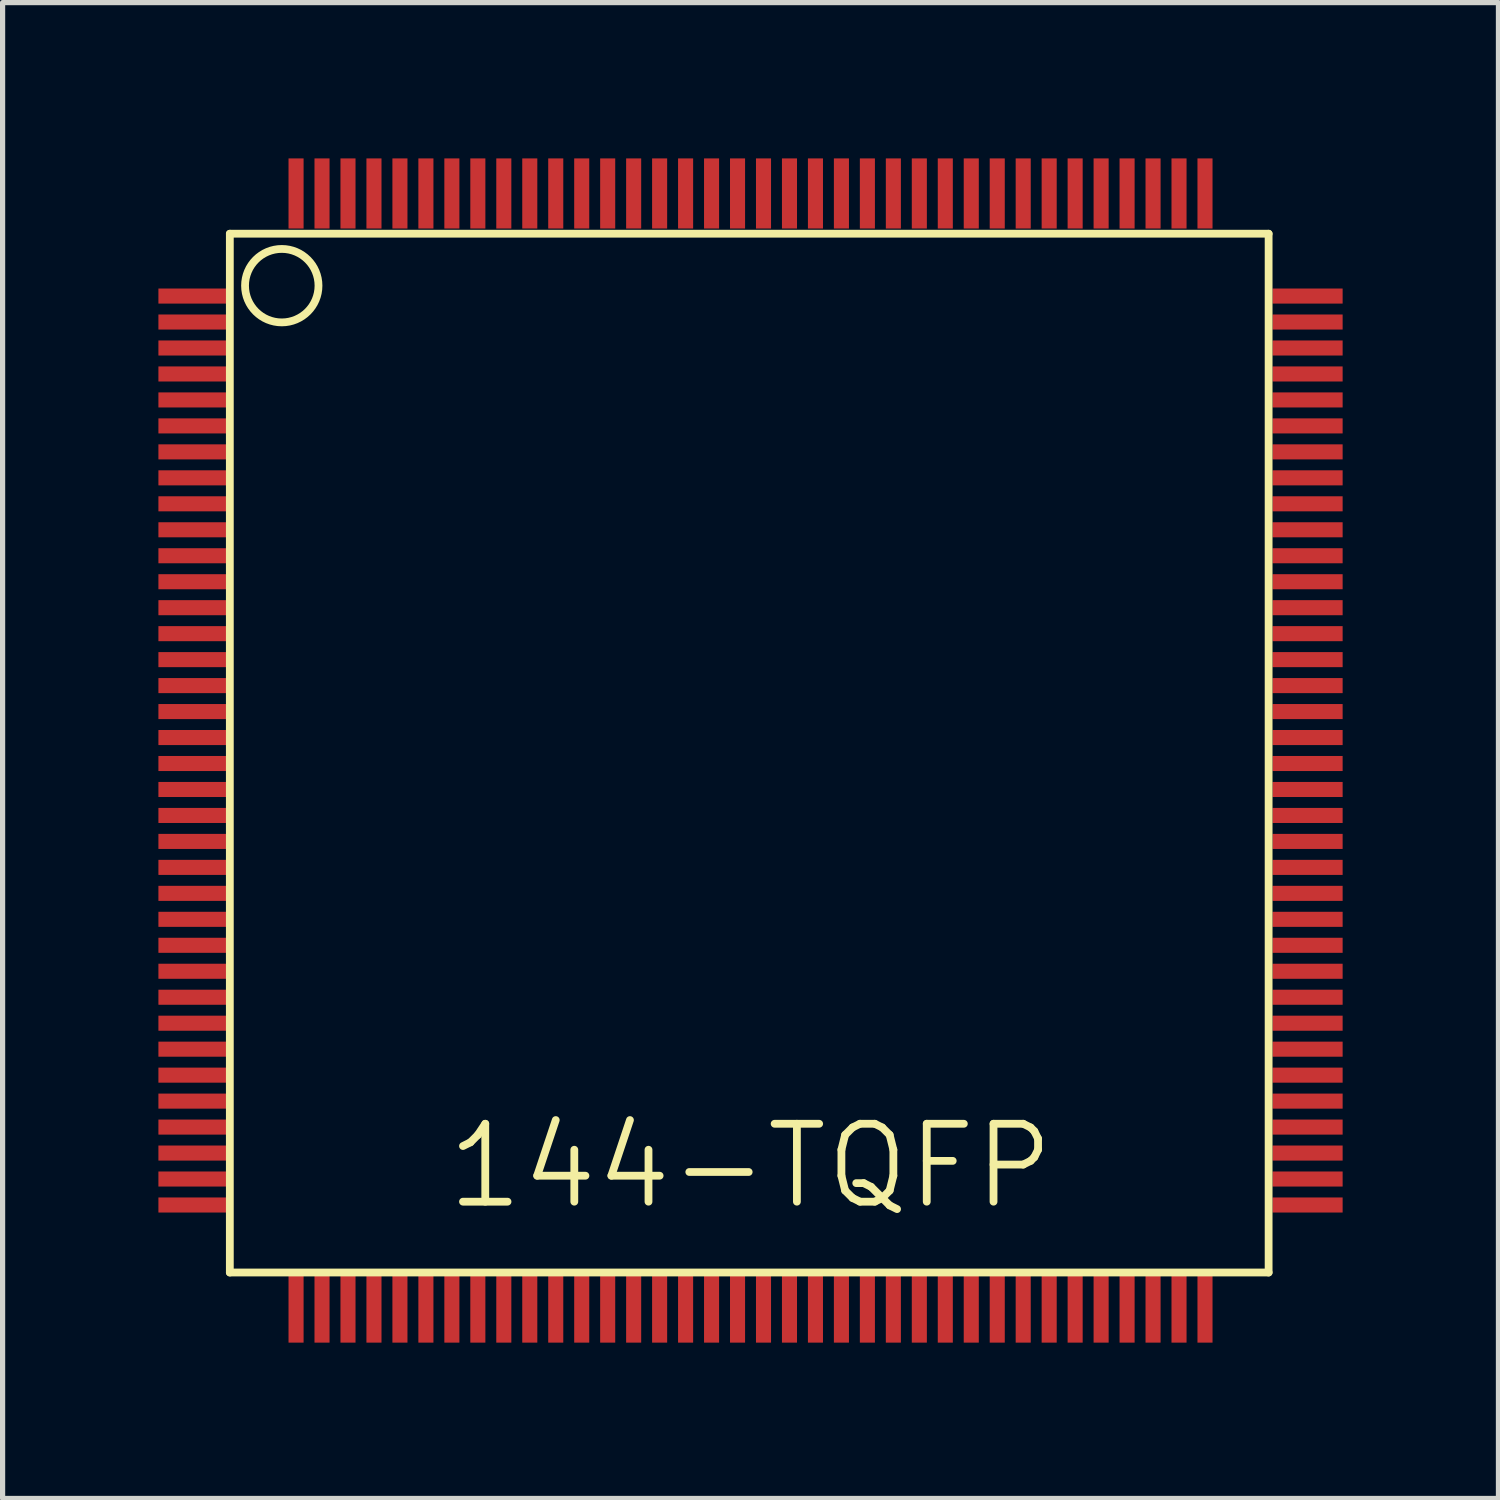
<source format=kicad_pcb>
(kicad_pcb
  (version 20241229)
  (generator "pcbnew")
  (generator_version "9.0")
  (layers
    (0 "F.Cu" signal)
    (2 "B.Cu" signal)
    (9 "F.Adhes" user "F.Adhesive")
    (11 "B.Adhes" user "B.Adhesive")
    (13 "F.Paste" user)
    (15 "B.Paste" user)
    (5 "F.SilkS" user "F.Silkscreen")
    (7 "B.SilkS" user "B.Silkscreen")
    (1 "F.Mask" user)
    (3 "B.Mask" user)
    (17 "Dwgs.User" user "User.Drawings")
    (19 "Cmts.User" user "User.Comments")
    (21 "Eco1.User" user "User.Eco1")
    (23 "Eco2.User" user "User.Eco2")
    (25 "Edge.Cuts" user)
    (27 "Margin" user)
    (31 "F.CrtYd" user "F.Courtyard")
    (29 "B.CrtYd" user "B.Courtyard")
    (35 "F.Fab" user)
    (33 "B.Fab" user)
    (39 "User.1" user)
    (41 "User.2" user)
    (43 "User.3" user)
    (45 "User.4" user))
  (footprint "144-TQFP"
    (layer "F.Cu")
    (at 11.4 11.4)
    (property "Reference" "144-TQFP" (at 0 8 0) (layer "F.SilkS") (effects (font (size 1.5 1.5) (thickness 0.15))))
    (attr through_hole)
    (fp_line (start -10.025 -9.95) (end 9.975 -9.95) (stroke (width 0.15) (type solid)) (layer "F.SilkS"))
    (fp_line (start -10.025 10.05) (end -10.025 -9.95) (stroke (width 0.15) (type solid)) (layer "F.SilkS"))
    (fp_line (start 9.975 -9.95) (end 9.975 10.05) (stroke (width 0.15) (type solid)) (layer "F.SilkS"))
    (fp_line (start 9.975 10.05) (end -10.025 10.05) (stroke (width 0.15) (type solid)) (layer "F.SilkS"))
    (fp_circle (center -9.025 -8.95) (end -8.525 -8.45) (stroke (width 0.15) (type solid)) (fill no) (layer "F.SilkS"))
    (pad "1" smd rect (at -10.725 -8.75) (size 1.35 0.29) (layers "F.Cu" "F.Mask" "F.Paste"))
    (pad "2" smd rect (at -10.725 -8.25) (size 1.35 0.29) (layers "F.Cu" "F.Mask" "F.Paste"))
    (pad "3" smd rect (at -10.725 -7.75) (size 1.35 0.29) (layers "F.Cu" "F.Mask" "F.Paste"))
    (pad "4" smd rect (at -10.725 -7.25) (size 1.35 0.29) (layers "F.Cu" "F.Mask" "F.Paste"))
    (pad "5" smd rect (at -10.725 -6.75) (size 1.35 0.29) (layers "F.Cu" "F.Mask" "F.Paste"))
    (pad "6" smd rect (at -10.725 -6.25) (size 1.35 0.29) (layers "F.Cu" "F.Mask" "F.Paste"))
    (pad "7" smd rect (at -10.725 -5.75) (size 1.35 0.29) (layers "F.Cu" "F.Mask" "F.Paste"))
    (pad "8" smd rect (at -10.725 -5.25) (size 1.35 0.29) (layers "F.Cu" "F.Mask" "F.Paste"))
    (pad "9" smd rect (at -10.725 -4.75) (size 1.35 0.29) (layers "F.Cu" "F.Mask" "F.Paste"))
    (pad "10" smd rect (at -10.725 -4.25) (size 1.35 0.29) (layers "F.Cu" "F.Mask" "F.Paste"))
    (pad "11" smd rect (at -10.725 -3.75) (size 1.35 0.29) (layers "F.Cu" "F.Mask" "F.Paste"))
    (pad "12" smd rect (at -10.725 -3.25) (size 1.35 0.29) (layers "F.Cu" "F.Mask" "F.Paste"))
    (pad "13" smd rect (at -10.725 -2.75) (size 1.35 0.29) (layers "F.Cu" "F.Mask" "F.Paste"))
    (pad "14" smd rect (at -10.725 -2.25) (size 1.35 0.29) (layers "F.Cu" "F.Mask" "F.Paste"))
    (pad "15" smd rect (at -10.725 -1.75) (size 1.35 0.29) (layers "F.Cu" "F.Mask" "F.Paste"))
    (pad "16" smd rect (at -10.725 -1.25) (size 1.35 0.29) (layers "F.Cu" "F.Mask" "F.Paste"))
    (pad "17" smd rect (at -10.725 -0.75) (size 1.35 0.29) (layers "F.Cu" "F.Mask" "F.Paste"))
    (pad "18" smd rect (at -10.725 -0.25) (size 1.35 0.29) (layers "F.Cu" "F.Mask" "F.Paste"))
    (pad "19" smd rect (at -10.725 0.25) (size 1.35 0.29) (layers "F.Cu" "F.Mask" "F.Paste"))
    (pad "20" smd rect (at -10.725 0.75) (size 1.35 0.29) (layers "F.Cu" "F.Mask" "F.Paste"))
    (pad "21" smd rect (at -10.725 1.25) (size 1.35 0.29) (layers "F.Cu" "F.Mask" "F.Paste"))
    (pad "22" smd rect (at -10.725 1.75) (size 1.35 0.29) (layers "F.Cu" "F.Mask" "F.Paste"))
    (pad "23" smd rect (at -10.725 2.25) (size 1.35 0.29) (layers "F.Cu" "F.Mask" "F.Paste"))
    (pad "24" smd rect (at -10.725 2.75) (size 1.35 0.29) (layers "F.Cu" "F.Mask" "F.Paste"))
    (pad "25" smd rect (at -10.725 3.25) (size 1.35 0.29) (layers "F.Cu" "F.Mask" "F.Paste"))
    (pad "26" smd rect (at -10.725 3.75) (size 1.35 0.29) (layers "F.Cu" "F.Mask" "F.Paste"))
    (pad "27" smd rect (at -10.725 4.25) (size 1.35 0.29) (layers "F.Cu" "F.Mask" "F.Paste"))
    (pad "28" smd rect (at -10.725 4.75) (size 1.35 0.29) (layers "F.Cu" "F.Mask" "F.Paste"))
    (pad "29" smd rect (at -10.725 5.25) (size 1.35 0.29) (layers "F.Cu" "F.Mask" "F.Paste"))
    (pad "30" smd rect (at -10.725 5.75) (size 1.35 0.29) (layers "F.Cu" "F.Mask" "F.Paste"))
    (pad "31" smd rect (at -10.725 6.25) (size 1.35 0.29) (layers "F.Cu" "F.Mask" "F.Paste"))
    (pad "32" smd rect (at -10.725 6.75) (size 1.35 0.29) (layers "F.Cu" "F.Mask" "F.Paste"))
    (pad "33" smd rect (at -10.725 7.25) (size 1.35 0.29) (layers "F.Cu" "F.Mask" "F.Paste"))
    (pad "34" smd rect (at -10.725 7.75) (size 1.35 0.29) (layers "F.Cu" "F.Mask" "F.Paste"))
    (pad "35" smd rect (at -10.725 8.25) (size 1.35 0.29) (layers "F.Cu" "F.Mask" "F.Paste"))
    (pad "36" smd rect (at -10.725 8.75) (size 1.35 0.29) (layers "F.Cu" "F.Mask" "F.Paste"))
    (pad "37" smd rect (at -8.75 10.725) (size 0.29 1.35) (layers "F.Cu" "F.Mask" "F.Paste"))
    (pad "38" smd rect (at -8.25 10.725) (size 0.29 1.35) (layers "F.Cu" "F.Mask" "F.Paste"))
    (pad "39" smd rect (at -7.75 10.725) (size 0.29 1.35) (layers "F.Cu" "F.Mask" "F.Paste"))
    (pad "40" smd rect (at -7.25 10.725) (size 0.29 1.35) (layers "F.Cu" "F.Mask" "F.Paste"))
    (pad "41" smd rect (at -6.75 10.725) (size 0.29 1.35) (layers "F.Cu" "F.Mask" "F.Paste"))
    (pad "42" smd rect (at -6.25 10.725) (size 0.29 1.35) (layers "F.Cu" "F.Mask" "F.Paste"))
    (pad "43" smd rect (at -5.75 10.725) (size 0.29 1.35) (layers "F.Cu" "F.Mask" "F.Paste"))
    (pad "44" smd rect (at -5.25 10.725) (size 0.29 1.35) (layers "F.Cu" "F.Mask" "F.Paste"))
    (pad "45" smd rect (at -4.75 10.725) (size 0.29 1.35) (layers "F.Cu" "F.Mask" "F.Paste"))
    (pad "46" smd rect (at -4.25 10.725) (size 0.29 1.35) (layers "F.Cu" "F.Mask" "F.Paste"))
    (pad "47" smd rect (at -3.75 10.725) (size 0.29 1.35) (layers "F.Cu" "F.Mask" "F.Paste"))
    (pad "48" smd rect (at -3.25 10.725) (size 0.29 1.35) (layers "F.Cu" "F.Mask" "F.Paste"))
    (pad "49" smd rect (at -2.75 10.725) (size 0.29 1.35) (layers "F.Cu" "F.Mask" "F.Paste"))
    (pad "50" smd rect (at -2.25 10.725) (size 0.29 1.35) (layers "F.Cu" "F.Mask" "F.Paste"))
    (pad "51" smd rect (at -1.75 10.725) (size 0.29 1.35) (layers "F.Cu" "F.Mask" "F.Paste"))
    (pad "52" smd rect (at -1.25 10.725) (size 0.29 1.35) (layers "F.Cu" "F.Mask" "F.Paste"))
    (pad "53" smd rect (at -0.75 10.725) (size 0.29 1.35) (layers "F.Cu" "F.Mask" "F.Paste"))
    (pad "54" smd rect (at -0.25 10.725) (size 0.29 1.35) (layers "F.Cu" "F.Mask" "F.Paste"))
    (pad "55" smd rect (at 0.25 10.725) (size 0.29 1.35) (layers "F.Cu" "F.Mask" "F.Paste"))
    (pad "56" smd rect (at 0.75 10.725) (size 0.29 1.35) (layers "F.Cu" "F.Mask" "F.Paste"))
    (pad "57" smd rect (at 1.25 10.725) (size 0.29 1.35) (layers "F.Cu" "F.Mask" "F.Paste"))
    (pad "58" smd rect (at 1.75 10.725) (size 0.29 1.35) (layers "F.Cu" "F.Mask" "F.Paste"))
    (pad "59" smd rect (at 2.25 10.725) (size 0.29 1.35) (layers "F.Cu" "F.Mask" "F.Paste"))
    (pad "60" smd rect (at 2.75 10.725) (size 0.29 1.35) (layers "F.Cu" "F.Mask" "F.Paste"))
    (pad "61" smd rect (at 3.25 10.725) (size 0.29 1.35) (layers "F.Cu" "F.Mask" "F.Paste"))
    (pad "62" smd rect (at 3.75 10.725) (size 0.29 1.35) (layers "F.Cu" "F.Mask" "F.Paste"))
    (pad "63" smd rect (at 4.25 10.725) (size 0.29 1.35) (layers "F.Cu" "F.Mask" "F.Paste"))
    (pad "64" smd rect (at 4.75 10.725) (size 0.29 1.35) (layers "F.Cu" "F.Mask" "F.Paste"))
    (pad "65" smd rect (at 5.25 10.725) (size 0.29 1.35) (layers "F.Cu" "F.Mask" "F.Paste"))
    (pad "66" smd rect (at 5.75 10.725) (size 0.29 1.35) (layers "F.Cu" "F.Mask" "F.Paste"))
    (pad "67" smd rect (at 6.25 10.725) (size 0.29 1.35) (layers "F.Cu" "F.Mask" "F.Paste"))
    (pad "68" smd rect (at 6.75 10.725) (size 0.29 1.35) (layers "F.Cu" "F.Mask" "F.Paste"))
    (pad "69" smd rect (at 7.25 10.725) (size 0.29 1.35) (layers "F.Cu" "F.Mask" "F.Paste"))
    (pad "70" smd rect (at 7.75 10.725) (size 0.29 1.35) (layers "F.Cu" "F.Mask" "F.Paste"))
    (pad "71" smd rect (at 8.25 10.725) (size 0.29 1.35) (layers "F.Cu" "F.Mask" "F.Paste"))
    (pad "72" smd rect (at 8.75 10.725) (size 0.29 1.35) (layers "F.Cu" "F.Mask" "F.Paste"))
    (pad "73" smd rect (at 10.725 8.75) (size 1.35 0.29) (layers "F.Cu" "F.Mask" "F.Paste"))
    (pad "74" smd rect (at 10.725 8.25) (size 1.35 0.29) (layers "F.Cu" "F.Mask" "F.Paste"))
    (pad "75" smd rect (at 10.725 7.75) (size 1.35 0.29) (layers "F.Cu" "F.Mask" "F.Paste"))
    (pad "76" smd rect (at 10.725 7.25) (size 1.35 0.29) (layers "F.Cu" "F.Mask" "F.Paste"))
    (pad "77" smd rect (at 10.725 6.75) (size 1.35 0.29) (layers "F.Cu" "F.Mask" "F.Paste"))
    (pad "78" smd rect (at 10.725 6.25) (size 1.35 0.29) (layers "F.Cu" "F.Mask" "F.Paste"))
    (pad "79" smd rect (at 10.725 5.75) (size 1.35 0.29) (layers "F.Cu" "F.Mask" "F.Paste"))
    (pad "80" smd rect (at 10.725 5.25) (size 1.35 0.29) (layers "F.Cu" "F.Mask" "F.Paste"))
    (pad "81" smd rect (at 10.725 4.75) (size 1.35 0.29) (layers "F.Cu" "F.Mask" "F.Paste"))
    (pad "82" smd rect (at 10.725 4.25) (size 1.35 0.29) (layers "F.Cu" "F.Mask" "F.Paste"))
    (pad "83" smd rect (at 10.725 3.75) (size 1.35 0.29) (layers "F.Cu" "F.Mask" "F.Paste"))
    (pad "84" smd rect (at 10.725 3.25) (size 1.35 0.29) (layers "F.Cu" "F.Mask" "F.Paste"))
    (pad "85" smd rect (at 10.725 2.75) (size 1.35 0.29) (layers "F.Cu" "F.Mask" "F.Paste"))
    (pad "86" smd rect (at 10.725 2.25) (size 1.35 0.29) (layers "F.Cu" "F.Mask" "F.Paste"))
    (pad "87" smd rect (at 10.725 1.75) (size 1.35 0.29) (layers "F.Cu" "F.Mask" "F.Paste"))
    (pad "88" smd rect (at 10.725 1.25) (size 1.35 0.29) (layers "F.Cu" "F.Mask" "F.Paste"))
    (pad "89" smd rect (at 10.725 0.75) (size 1.35 0.29) (layers "F.Cu" "F.Mask" "F.Paste"))
    (pad "90" smd rect (at 10.725 0.25) (size 1.35 0.29) (layers "F.Cu" "F.Mask" "F.Paste"))
    (pad "91" smd rect (at 10.725 -0.25) (size 1.35 0.29) (layers "F.Cu" "F.Mask" "F.Paste"))
    (pad "92" smd rect (at 10.725 -0.75) (size 1.35 0.29) (layers "F.Cu" "F.Mask" "F.Paste"))
    (pad "93" smd rect (at 10.725 -1.25) (size 1.35 0.29) (layers "F.Cu" "F.Mask" "F.Paste"))
    (pad "94" smd rect (at 10.725 -1.75) (size 1.35 0.29) (layers "F.Cu" "F.Mask" "F.Paste"))
    (pad "95" smd rect (at 10.725 -2.25) (size 1.35 0.29) (layers "F.Cu" "F.Mask" "F.Paste"))
    (pad "96" smd rect (at 10.725 -2.75) (size 1.35 0.29) (layers "F.Cu" "F.Mask" "F.Paste"))
    (pad "97" smd rect (at 10.725 -3.25) (size 1.35 0.29) (layers "F.Cu" "F.Mask" "F.Paste"))
    (pad "98" smd rect (at 10.725 -3.75) (size 1.35 0.29) (layers "F.Cu" "F.Mask" "F.Paste"))
    (pad "99" smd rect (at 10.725 -4.25) (size 1.35 0.29) (layers "F.Cu" "F.Mask" "F.Paste"))
    (pad "100" smd rect (at 10.725 -4.75) (size 1.35 0.29) (layers "F.Cu" "F.Mask" "F.Paste"))
    (pad "101" smd rect (at 10.725 -5.25) (size 1.35 0.29) (layers "F.Cu" "F.Mask" "F.Paste"))
    (pad "102" smd rect (at 10.725 -5.75) (size 1.35 0.29) (layers "F.Cu" "F.Mask" "F.Paste"))
    (pad "103" smd rect (at 10.725 -6.25) (size 1.35 0.29) (layers "F.Cu" "F.Mask" "F.Paste"))
    (pad "104" smd rect (at 10.725 -6.75) (size 1.35 0.29) (layers "F.Cu" "F.Mask" "F.Paste"))
    (pad "105" smd rect (at 10.725 -7.25) (size 1.35 0.29) (layers "F.Cu" "F.Mask" "F.Paste"))
    (pad "106" smd rect (at 10.725 -7.75) (size 1.35 0.29) (layers "F.Cu" "F.Mask" "F.Paste"))
    (pad "107" smd rect (at 10.725 -8.25) (size 1.35 0.29) (layers "F.Cu" "F.Mask" "F.Paste"))
    (pad "108" smd rect (at 10.725 -8.75) (size 1.35 0.29) (layers "F.Cu" "F.Mask" "F.Paste"))
    (pad "109" smd rect (at 8.75 -10.725) (size 0.29 1.35) (layers "F.Cu" "F.Mask" "F.Paste"))
    (pad "110" smd rect (at 8.25 -10.725) (size 0.29 1.35) (layers "F.Cu" "F.Mask" "F.Paste"))
    (pad "111" smd rect (at 7.75 -10.725) (size 0.29 1.35) (layers "F.Cu" "F.Mask" "F.Paste"))
    (pad "112" smd rect (at 7.25 -10.725) (size 0.29 1.35) (layers "F.Cu" "F.Mask" "F.Paste"))
    (pad "113" smd rect (at 6.75 -10.725) (size 0.29 1.35) (layers "F.Cu" "F.Mask" "F.Paste"))
    (pad "114" smd rect (at 6.25 -10.725) (size 0.29 1.35) (layers "F.Cu" "F.Mask" "F.Paste"))
    (pad "115" smd rect (at 5.75 -10.725) (size 0.29 1.35) (layers "F.Cu" "F.Mask" "F.Paste"))
    (pad "116" smd rect (at 5.25 -10.725) (size 0.29 1.35) (layers "F.Cu" "F.Mask" "F.Paste"))
    (pad "117" smd rect (at 4.75 -10.725) (size 0.29 1.35) (layers "F.Cu" "F.Mask" "F.Paste"))
    (pad "118" smd rect (at 4.25 -10.725) (size 0.29 1.35) (layers "F.Cu" "F.Mask" "F.Paste"))
    (pad "119" smd rect (at 3.75 -10.725) (size 0.29 1.35) (layers "F.Cu" "F.Mask" "F.Paste"))
    (pad "120" smd rect (at 3.25 -10.725) (size 0.29 1.35) (layers "F.Cu" "F.Mask" "F.Paste"))
    (pad "121" smd rect (at 2.75 -10.725) (size 0.29 1.35) (layers "F.Cu" "F.Mask" "F.Paste"))
    (pad "122" smd rect (at 2.25 -10.725) (size 0.29 1.35) (layers "F.Cu" "F.Mask" "F.Paste"))
    (pad "123" smd rect (at 1.75 -10.725) (size 0.29 1.35) (layers "F.Cu" "F.Mask" "F.Paste"))
    (pad "124" smd rect (at 1.25 -10.725) (size 0.29 1.35) (layers "F.Cu" "F.Mask" "F.Paste"))
    (pad "125" smd rect (at 0.75 -10.725) (size 0.29 1.35) (layers "F.Cu" "F.Mask" "F.Paste"))
    (pad "126" smd rect (at 0.25 -10.725) (size 0.29 1.35) (layers "F.Cu" "F.Mask" "F.Paste"))
    (pad "127" smd rect (at -0.25 -10.725) (size 0.29 1.35) (layers "F.Cu" "F.Mask" "F.Paste"))
    (pad "128" smd rect (at -0.75 -10.725) (size 0.29 1.35) (layers "F.Cu" "F.Mask" "F.Paste"))
    (pad "129" smd rect (at -1.25 -10.725) (size 0.29 1.35) (layers "F.Cu" "F.Mask" "F.Paste"))
    (pad "130" smd rect (at -1.75 -10.725) (size 0.29 1.35) (layers "F.Cu" "F.Mask" "F.Paste"))
    (pad "131" smd rect (at -2.25 -10.725) (size 0.29 1.35) (layers "F.Cu" "F.Mask" "F.Paste"))
    (pad "132" smd rect (at -2.75 -10.725) (size 0.29 1.35) (layers "F.Cu" "F.Mask" "F.Paste"))
    (pad "133" smd rect (at -3.25 -10.725) (size 0.29 1.35) (layers "F.Cu" "F.Mask" "F.Paste"))
    (pad "134" smd rect (at -3.75 -10.725) (size 0.29 1.35) (layers "F.Cu" "F.Mask" "F.Paste"))
    (pad "135" smd rect (at -4.25 -10.725) (size 0.29 1.35) (layers "F.Cu" "F.Mask" "F.Paste"))
    (pad "136" smd rect (at -4.75 -10.725) (size 0.29 1.35) (layers "F.Cu" "F.Mask" "F.Paste"))
    (pad "137" smd rect (at -5.25 -10.725) (size 0.29 1.35) (layers "F.Cu" "F.Mask" "F.Paste"))
    (pad "138" smd rect (at -5.75 -10.725) (size 0.29 1.35) (layers "F.Cu" "F.Mask" "F.Paste"))
    (pad "139" smd rect (at -6.25 -10.725) (size 0.29 1.35) (layers "F.Cu" "F.Mask" "F.Paste"))
    (pad "140" smd rect (at -6.75 -10.725) (size 0.29 1.35) (layers "F.Cu" "F.Mask" "F.Paste"))
    (pad "141" smd rect (at -7.25 -10.725) (size 0.29 1.35) (layers "F.Cu" "F.Mask" "F.Paste"))
    (pad "142" smd rect (at -7.75 -10.725) (size 0.29 1.35) (layers "F.Cu" "F.Mask" "F.Paste"))
    (pad "143" smd rect (at -8.25 -10.725) (size 0.29 1.35) (layers "F.Cu" "F.Mask" "F.Paste"))
    (pad "144" smd rect (at -8.75 -10.725) (size 0.29 1.35) (layers "F.Cu" "F.Mask" "F.Paste")))
  (gr_rect
    (start -3 -3)
    (end 25.8 25.8)
    (stroke (width 0.1) (type default))
    (fill no)
    (layer "Edge.Cuts")))
</source>
